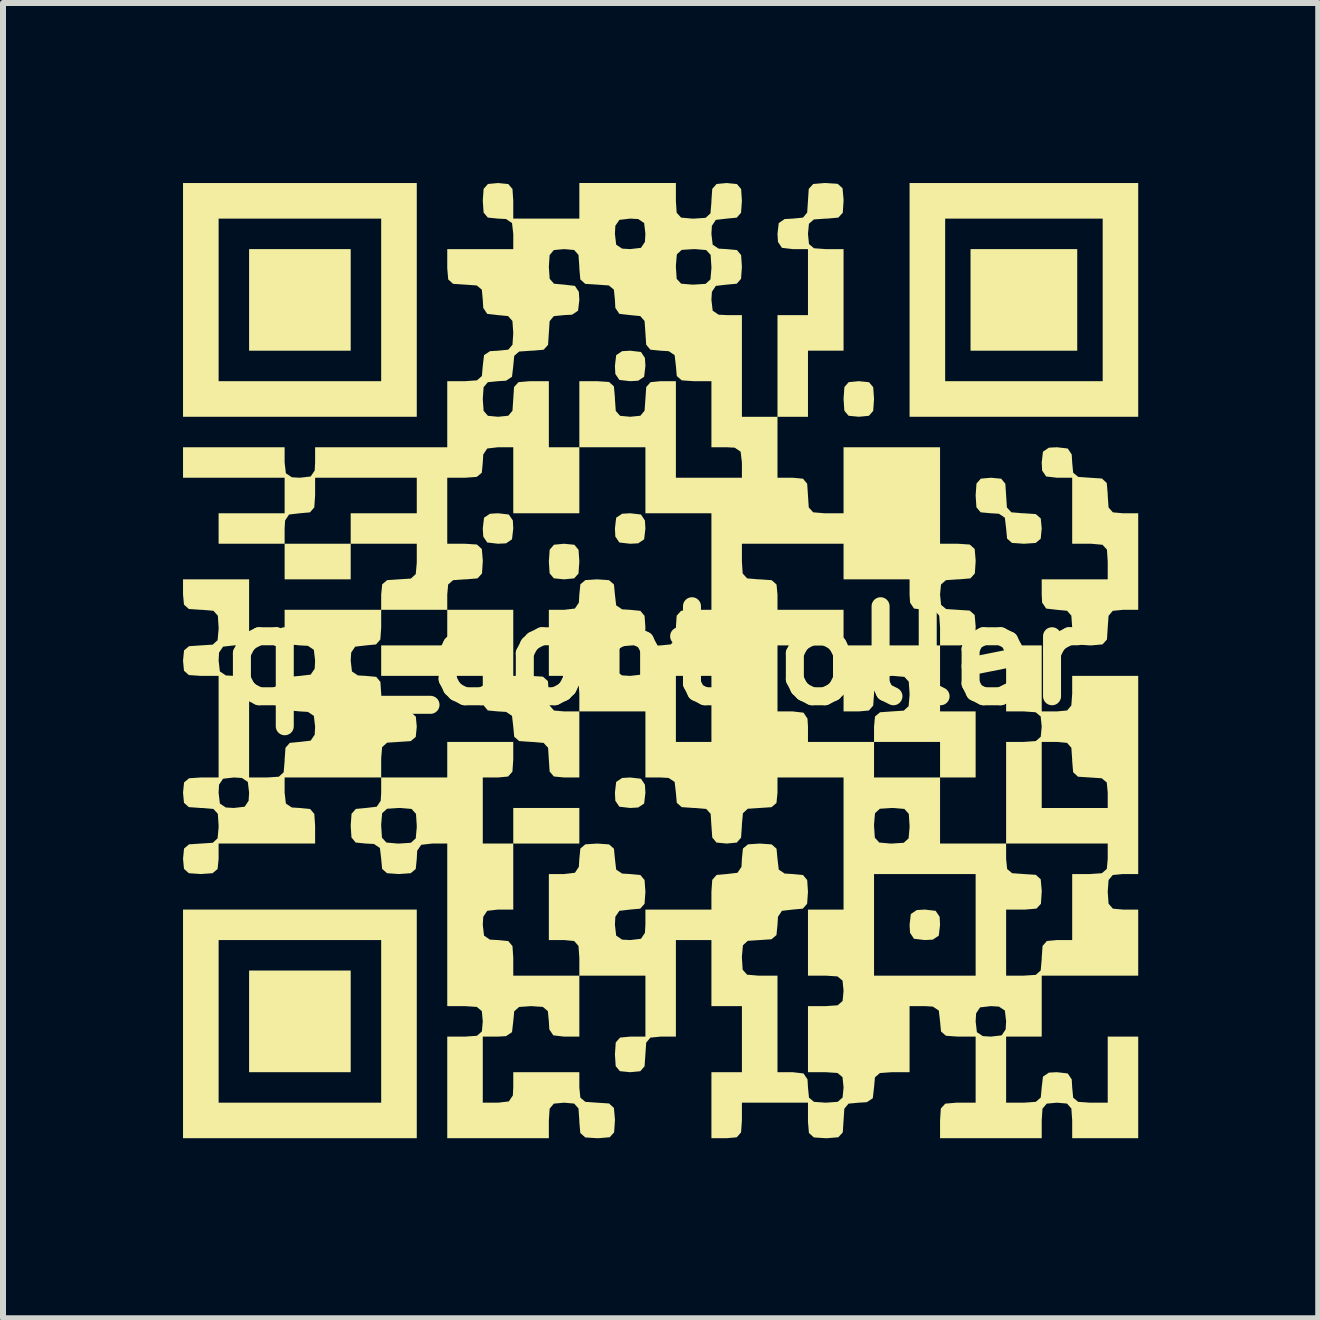
<source format=kicad_pcb>
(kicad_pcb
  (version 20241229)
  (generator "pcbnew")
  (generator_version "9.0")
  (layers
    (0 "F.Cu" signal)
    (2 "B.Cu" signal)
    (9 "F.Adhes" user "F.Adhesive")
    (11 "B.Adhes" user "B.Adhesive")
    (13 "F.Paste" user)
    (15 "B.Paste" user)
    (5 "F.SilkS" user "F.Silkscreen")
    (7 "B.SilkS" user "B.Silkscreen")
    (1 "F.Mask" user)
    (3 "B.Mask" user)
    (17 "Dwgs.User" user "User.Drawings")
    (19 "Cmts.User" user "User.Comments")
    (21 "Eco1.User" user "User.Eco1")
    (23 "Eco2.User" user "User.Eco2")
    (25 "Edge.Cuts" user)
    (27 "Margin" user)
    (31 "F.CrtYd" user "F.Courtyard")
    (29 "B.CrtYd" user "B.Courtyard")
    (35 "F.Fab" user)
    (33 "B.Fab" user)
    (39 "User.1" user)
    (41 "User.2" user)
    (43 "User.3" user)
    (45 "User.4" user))
  (footprint "qr_controller"
    (layer "F.Cu")
    (at 7.874 7.874)
    (property "Reference" "qr_controller" (at 0 0 0) (layer "F.SilkS") (effects (font (size 1.5 1.5) (thickness 0.3))))
    (attr board_only exclude_from_pos_files exclude_from_bom)
    (fp_poly (pts (xy -5.08 -5.927) (xy -5.08 -5.08) (xy -5.927 -5.08) (xy -6.773 -5.08) (xy -6.773 -5.927) (xy -6.773 -6.773) (xy -5.927 -6.773) (xy -5.08 -6.773)) (stroke (width 0) (type solid)) (fill yes) (layer "F.SilkS"))
    (fp_poly (pts (xy -5.08 6.096) (xy -5.08 6.943) (xy -5.927 6.943) (xy -6.773 6.943) (xy -6.773 6.096) (xy -6.773 5.249) (xy -5.927 5.249) (xy -5.08 5.249)) (stroke (width 0) (type solid)) (fill yes) (layer "F.SilkS"))
    (fp_poly (pts (xy -1.27 2.836) (xy -1.27 3.133) (xy -1.82 3.133) (xy -2.371 3.133) (xy -2.371 2.836) (xy -2.371 2.54) (xy -1.82 2.54) (xy -1.27 2.54)) (stroke (width 0) (type solid)) (fill yes) (layer "F.SilkS"))
    (fp_poly (pts (xy 7.027 -5.927) (xy 7.027 -5.08) (xy 6.138 -5.08) (xy 5.249 -5.08) (xy 5.249 -5.927) (xy 5.249 -6.773) (xy 6.138 -6.773) (xy 7.027 -6.773)) (stroke (width 0) (type solid)) (fill yes) (layer "F.SilkS"))
    (fp_poly (pts (xy -2.445 -2.35) (xy -2.378 -2.251) (xy -2.371 -2.117) (xy -2.392 -1.937) (xy -2.491 -1.87) (xy -2.625 -1.863) (xy -2.805 -1.884) (xy -2.871 -1.983) (xy -2.879 -2.117) (xy -2.858 -2.297) (xy -2.759 -2.363) (xy -2.625 -2.371)) (stroke (width 0) (type solid)) (fill yes) (layer "F.SilkS"))
    (fp_poly (pts (xy -1.353 -1.846) (xy -1.283 -1.762) (xy -1.27 -1.566) (xy -1.284 -1.367) (xy -1.356 -1.286) (xy -1.524 -1.27) (xy -1.695 -1.287) (xy -1.765 -1.37) (xy -1.778 -1.566) (xy -1.764 -1.765) (xy -1.692 -1.847) (xy -1.524 -1.863)) (stroke (width 0) (type solid)) (fill yes) (layer "F.SilkS"))
    (fp_poly (pts (xy -0.243 -5.059) (xy -0.177 -4.96) (xy -0.169 -4.826) (xy -0.19 -4.646) (xy -0.289 -4.58) (xy -0.423 -4.572) (xy -0.603 -4.593) (xy -0.67 -4.692) (xy -0.677 -4.826) (xy -0.656 -5.006) (xy -0.557 -5.072) (xy -0.423 -5.08)) (stroke (width 0) (type solid)) (fill yes) (layer "F.SilkS"))
    (fp_poly (pts (xy -0.243 -2.35) (xy -0.177 -2.251) (xy -0.169 -2.117) (xy -0.19 -1.937) (xy -0.289 -1.87) (xy -0.423 -1.863) (xy -0.603 -1.884) (xy -0.67 -1.983) (xy -0.677 -2.117) (xy -0.656 -2.297) (xy -0.557 -2.363) (xy -0.423 -2.371)) (stroke (width 0) (type solid)) (fill yes) (layer "F.SilkS"))
    (fp_poly (pts (xy -0.243 2.053) (xy -0.177 2.152) (xy -0.169 2.286) (xy -0.19 2.466) (xy -0.289 2.532) (xy -0.423 2.54) (xy -0.603 2.519) (xy -0.67 2.42) (xy -0.677 2.286) (xy -0.656 2.106) (xy -0.557 2.04) (xy -0.423 2.032)) (stroke (width 0) (type solid)) (fill yes) (layer "F.SilkS"))
    (fp_poly (pts (xy 3.557 -4.555) (xy 3.627 -4.472) (xy 3.641 -4.276) (xy 3.627 -4.077) (xy 3.555 -3.995) (xy 3.387 -3.979) (xy 3.216 -3.996) (xy 3.146 -4.08) (xy 3.133 -4.276) (xy 3.147 -4.475) (xy 3.219 -4.556) (xy 3.387 -4.572)) (stroke (width 0) (type solid)) (fill yes) (layer "F.SilkS"))
    (fp_poly (pts (xy 4.667 4.254) (xy 4.734 4.353) (xy 4.741 4.487) (xy 4.72 4.667) (xy 4.621 4.734) (xy 4.487 4.741) (xy 4.307 4.72) (xy 4.241 4.621) (xy 4.233 4.487) (xy 4.254 4.307) (xy 4.353 4.241) (xy 4.487 4.233)) (stroke (width 0) (type solid)) (fill yes) (layer "F.SilkS"))
    (fp_poly (pts (xy -3.979 -5.927) (xy -3.979 -3.979) (xy -5.927 -3.979) (xy -7.874 -3.979) (xy -7.874 -5.927) (xy -7.281 -5.927) (xy -7.281 -4.572) (xy -5.927 -4.572) (xy -4.572 -4.572) (xy -4.572 -5.927) (xy -4.572 -7.281) (xy -5.927 -7.281) (xy -7.281 -7.281) (xy -7.281 -5.927) (xy -7.874 -5.927) (xy -7.874 -7.874) (xy -5.927 -7.874) (xy -3.979 -7.874)) (stroke (width 0) (type solid)) (fill yes) (layer "F.SilkS"))
    (fp_poly (pts (xy 8.043 -5.927) (xy 8.043 -3.979) (xy 6.138 -3.979) (xy 4.233 -3.979) (xy 4.233 -5.927) (xy 4.826 -5.927) (xy 4.826 -4.572) (xy 6.138 -4.572) (xy 7.451 -4.572) (xy 7.451 -5.927) (xy 7.451 -7.281) (xy 6.138 -7.281) (xy 4.826 -7.281) (xy 4.826 -5.927) (xy 4.233 -5.927) (xy 4.233 -7.874) (xy 6.138 -7.874) (xy 8.043 -7.874)) (stroke (width 0) (type solid)) (fill yes) (layer "F.SilkS"))
    (fp_poly (pts (xy -3.979 6.138) (xy -3.979 8.043) (xy -5.927 8.043) (xy -7.874 8.043) (xy -7.874 6.138) (xy -7.874 6.096) (xy -7.281 6.096) (xy -7.281 7.451) (xy -5.927 7.451) (xy -4.572 7.451) (xy -4.572 6.096) (xy -4.572 4.741) (xy -5.927 4.741) (xy -7.281 4.741) (xy -7.281 6.096) (xy -7.874 6.096) (xy -7.874 4.233) (xy -5.927 4.233) (xy -3.979 4.233)) (stroke (width 0) (type solid)) (fill yes) (layer "F.SilkS"))
    (fp_poly (pts (xy 5.759 -2.947) (xy 5.829 -2.863) (xy 5.842 -2.667) (xy 5.855 -2.468) (xy 5.929 -2.387) (xy 6.116 -2.371) (xy 6.138 -2.371) (xy 6.337 -2.357) (xy 6.419 -2.285) (xy 6.435 -2.117) (xy 6.418 -1.946) (xy 6.334 -1.876) (xy 6.138 -1.863) (xy 5.939 -1.877) (xy 5.858 -1.949) (xy 5.842 -2.117) (xy 5.821 -2.297) (xy 5.722 -2.363) (xy 5.588 -2.371) (xy 5.417 -2.387) (xy 5.347 -2.471) (xy 5.334 -2.667) (xy 5.348 -2.866) (xy 5.42 -2.948) (xy 5.588 -2.963)) (stroke (width 0) (type solid)) (fill yes) (layer "F.SilkS"))
    (fp_poly (pts (xy -2.371 -0.212) (xy -2.371 0.339) (xy -2.074 0.339) (xy -1.876 0.352) (xy -1.794 0.426) (xy -1.778 0.612) (xy -1.778 0.635) (xy -1.764 0.834) (xy -1.692 0.916) (xy -1.524 0.931) (xy -1.27 0.931) (xy -1.27 1.482) (xy -1.27 2.032) (xy -1.524 2.032) (xy -1.695 2.015) (xy -1.765 1.932) (xy -1.778 1.736) (xy -1.791 1.537) (xy -1.865 1.456) (xy -2.052 1.439) (xy -2.074 1.439) (xy -2.273 1.425) (xy -2.355 1.353) (xy -2.371 1.185) (xy -2.392 1.005) (xy -2.491 0.939) (xy -2.625 0.931) (xy -2.795 0.915) (xy -2.865 0.831) (xy -2.879 0.635) (xy -2.879 0.339) (xy -3.725 0.339) (xy -4.572 0.339) (xy -4.572 0.085) (xy -4.572 -0.169) (xy -4.022 -0.169) (xy -3.471 -0.169) (xy -3.471 -0.466) (xy -3.471 -0.762) (xy -2.921 -0.762) (xy -2.371 -0.762)) (stroke (width 0) (type solid)) (fill yes) (layer "F.SilkS"))
    (fp_poly (pts (xy 6.869 -3.45) (xy 6.935 -3.351) (xy 6.943 -3.217) (xy 6.959 -3.047) (xy 7.043 -2.977) (xy 7.239 -2.963) (xy 7.438 -2.95) (xy 7.519 -2.876) (xy 7.535 -2.69) (xy 7.535 -2.667) (xy 7.549 -2.468) (xy 7.621 -2.386) (xy 7.789 -2.371) (xy 8.043 -2.371) (xy 8.043 -1.566) (xy 8.043 -0.762) (xy 7.789 -0.762) (xy 7.619 -0.745) (xy 7.549 -0.662) (xy 7.535 -0.466) (xy 7.522 -0.267) (xy 7.448 -0.186) (xy 7.262 -0.169) (xy 7.239 -0.169) (xy 7.04 -0.182) (xy 6.959 -0.256) (xy 6.943 -0.443) (xy 6.943 -0.466) (xy 6.929 -0.665) (xy 6.857 -0.746) (xy 6.689 -0.762) (xy 6.509 -0.783) (xy 6.442 -0.882) (xy 6.435 -1.016) (xy 6.435 -1.27) (xy 6.985 -1.27) (xy 7.535 -1.27) (xy 7.535 -1.566) (xy 7.522 -1.765) (xy 7.448 -1.846) (xy 7.262 -1.863) (xy 7.239 -1.863) (xy 6.943 -1.863) (xy 6.943 -2.413) (xy 6.943 -2.963) (xy 6.689 -2.963) (xy 6.509 -2.984) (xy 6.442 -3.083) (xy 6.435 -3.217) (xy 6.456 -3.397) (xy 6.555 -3.464) (xy 6.689 -3.471)) (stroke (width 0) (type solid)) (fill yes) (layer "F.SilkS"))
    (fp_poly (pts (xy 0.339 -7.578) (xy 0.352 -7.379) (xy 0.426 -7.298) (xy 0.612 -7.281) (xy 0.635 -7.281) (xy 0.834 -7.294) (xy 0.915 -7.368) (xy 0.931 -7.555) (xy 0.931 -7.578) (xy 0.945 -7.777) (xy 1.017 -7.858) (xy 1.185 -7.874) (xy 1.356 -7.857) (xy 1.426 -7.774) (xy 1.439 -7.578) (xy 1.425 -7.379) (xy 1.353 -7.297) (xy 1.185 -7.281) (xy 1.005 -7.26) (xy 0.939 -7.161) (xy 0.931 -7.027) (xy 0.952 -6.847) (xy 1.051 -6.781) (xy 1.185 -6.773) (xy 1.356 -6.757) (xy 1.426 -6.673) (xy 1.439 -6.477) (xy 1.425 -6.278) (xy 1.353 -6.196) (xy 1.185 -6.181) (xy 1.005 -6.16) (xy 0.939 -6.061) (xy 0.931 -5.927) (xy 0.952 -5.747) (xy 1.051 -5.68) (xy 1.185 -5.673) (xy 1.439 -5.673) (xy 1.439 -4.826) (xy 1.439 -3.979) (xy 1.736 -3.979) (xy 2.032 -3.979) (xy 2.032 -4.826) (xy 2.032 -5.673) (xy 2.286 -5.673) (xy 2.54 -5.673) (xy 2.54 -6.223) (xy 2.54 -6.773) (xy 2.286 -6.773) (xy 2.106 -6.794) (xy 2.04 -6.893) (xy 2.032 -7.027) (xy 2.053 -7.207) (xy 2.152 -7.274) (xy 2.286 -7.281) (xy 2.457 -7.298) (xy 2.527 -7.382) (xy 2.54 -7.578) (xy 2.553 -7.776) (xy 2.627 -7.858) (xy 2.814 -7.874) (xy 2.836 -7.874) (xy 3.035 -7.861) (xy 3.116 -7.787) (xy 3.133 -7.6) (xy 3.133 -7.578) (xy 3.12 -7.379) (xy 3.046 -7.298) (xy 2.859 -7.281) (xy 2.836 -7.281) (xy 2.637 -7.267) (xy 2.556 -7.195) (xy 2.54 -7.027) (xy 2.557 -6.857) (xy 2.64 -6.787) (xy 2.836 -6.773) (xy 3.133 -6.773) (xy 3.133 -5.927) (xy 3.133 -5.08) (xy 2.836 -5.08) (xy 2.54 -5.08) (xy 2.54 -4.53) (xy 2.54 -3.979) (xy 2.286 -3.979) (xy 2.032 -3.979) (xy 2.032 -3.471) (xy 2.032 -2.963) (xy 2.286 -2.963) (xy 2.457 -2.947) (xy 2.527 -2.863) (xy 2.54 -2.667) (xy 2.553 -2.468) (xy 2.627 -2.387) (xy 2.814 -2.371) (xy 2.836 -2.371) (xy 3.133 -2.371) (xy 3.133 -2.921) (xy 3.133 -3.471) (xy 3.937 -3.471) (xy 4.741 -3.471) (xy 4.741 -2.667) (xy 4.741 -1.863) (xy 5.038 -1.863) (xy 5.236 -1.85) (xy 5.318 -1.776) (xy 5.334 -1.589) (xy 5.334 -1.566) (xy 5.321 -1.368) (xy 5.247 -1.286) (xy 5.06 -1.27) (xy 5.038 -1.27) (xy 4.839 -1.256) (xy 4.757 -1.184) (xy 4.741 -1.016) (xy 4.758 -0.845) (xy 4.842 -0.775) (xy 5.038 -0.762) (xy 5.236 -0.749) (xy 5.318 -0.675) (xy 5.334 -0.488) (xy 5.334 -0.466) (xy 5.321 -0.267) (xy 5.247 -0.186) (xy 5.06 -0.169) (xy 5.038 -0.169) (xy 4.741 -0.169) (xy 4.741 0.381) (xy 4.741 0.931) (xy 5.038 0.931) (xy 5.334 0.931) (xy 5.334 1.482) (xy 5.334 2.032) (xy 5.038 2.032) (xy 4.741 2.032) (xy 4.741 2.582) (xy 4.741 3.133) (xy 5.292 3.133) (xy 5.842 3.133) (xy 5.842 2.286) (xy 5.842 1.99) (xy 6.435 1.99) (xy 6.435 2.54) (xy 6.985 2.54) (xy 7.535 2.54) (xy 7.535 2.286) (xy 7.519 2.115) (xy 7.435 2.045) (xy 7.239 2.032) (xy 7.04 2.019) (xy 6.959 1.945) (xy 6.943 1.758) (xy 6.943 1.736) (xy 6.929 1.537) (xy 6.857 1.455) (xy 6.689 1.439) (xy 6.435 1.439) (xy 6.435 1.99) (xy 5.842 1.99) (xy 5.842 1.439) (xy 6.138 1.439) (xy 6.337 1.425) (xy 6.419 1.353) (xy 6.435 1.185) (xy 6.418 1.015) (xy 6.334 0.945) (xy 6.138 0.931) (xy 5.842 0.931) (xy 5.842 0.381) (xy 5.842 -0.169) (xy 6.138 -0.169) (xy 6.435 -0.169) (xy 6.435 0.381) (xy 6.435 0.931) (xy 6.689 0.931) (xy 6.859 0.915) (xy 6.929 0.831) (xy 6.943 0.635) (xy 6.943 0.339) (xy 7.493 0.339) (xy 8.043 0.339) (xy 8.043 1.99) (xy 8.043 3.641) (xy 7.789 3.641) (xy 7.619 3.657) (xy 7.549 3.741) (xy 7.535 3.937) (xy 7.549 4.136) (xy 7.621 4.218) (xy 7.789 4.233) (xy 8.043 4.233) (xy 8.043 4.784) (xy 8.043 5.334) (xy 7.239 5.334) (xy 6.435 5.334) (xy 6.435 5.842) (xy 6.435 6.35) (xy 6.138 6.35) (xy 5.842 6.35) (xy 5.842 6.9) (xy 5.842 7.451) (xy 6.138 7.451) (xy 6.337 7.437) (xy 6.419 7.365) (xy 6.435 7.197) (xy 6.456 7.017) (xy 6.555 6.95) (xy 6.689 6.943) (xy 6.869 6.964) (xy 6.935 7.063) (xy 6.943 7.197) (xy 6.959 7.367) (xy 7.043 7.437) (xy 7.239 7.451) (xy 7.535 7.451) (xy 7.535 6.9) (xy 7.535 6.35) (xy 7.789 6.35) (xy 8.043 6.35) (xy 8.043 7.197) (xy 8.043 8.043) (xy 7.493 8.043) (xy 6.943 8.043) (xy 6.943 7.747) (xy 6.929 7.548) (xy 6.857 7.466) (xy 6.689 7.451) (xy 6.518 7.467) (xy 6.448 7.551) (xy 6.435 7.747) (xy 6.435 8.043) (xy 5.588 8.043) (xy 4.741 8.043) (xy 4.741 7.747) (xy 4.754 7.548) (xy 4.828 7.467) (xy 5.015 7.451) (xy 5.038 7.451) (xy 5.334 7.451) (xy 5.334 6.9) (xy 5.334 6.35) (xy 5.038 6.35) (xy 4.839 6.336) (xy 4.757 6.264) (xy 4.741 6.096) (xy 5.334 6.096) (xy 5.355 6.276) (xy 5.454 6.342) (xy 5.588 6.35) (xy 5.768 6.329) (xy 5.834 6.23) (xy 5.842 6.096) (xy 5.821 5.916) (xy 5.722 5.85) (xy 5.588 5.842) (xy 5.408 5.863) (xy 5.342 5.962) (xy 5.334 6.096) (xy 4.741 6.096) (xy 4.72 5.916) (xy 4.621 5.85) (xy 4.487 5.842) (xy 4.233 5.842) (xy 4.233 6.392) (xy 4.233 6.943) (xy 3.937 6.943) (xy 3.738 6.957) (xy 3.656 7.029) (xy 3.641 7.197) (xy 3.62 7.377) (xy 3.521 7.443) (xy 3.387 7.451) (xy 3.216 7.467) (xy 3.146 7.551) (xy 3.133 7.747) (xy 3.12 7.946) (xy 3.046 8.027) (xy 2.859 8.043) (xy 2.836 8.043) (xy 2.638 8.03) (xy 2.556 7.956) (xy 2.54 7.77) (xy 2.54 7.747) (xy 2.54 7.451) (xy 1.99 7.451) (xy 1.439 7.451) (xy 1.439 7.747) (xy 1.425 7.946) (xy 1.353 8.028) (xy 1.185 8.043) (xy 0.931 8.043) (xy 0.931 7.493) (xy 0.931 6.943) (xy 1.185 6.943) (xy 1.439 6.943) (xy 1.439 6.392) (xy 1.439 5.842) (xy 1.185 5.842) (xy 0.931 5.842) (xy 0.931 5.292) (xy 0.931 4.741) (xy 0.635 4.741) (xy 0.339 4.741) (xy 0.339 5.546) (xy 0.339 6.35) (xy 0.085 6.35) (xy -0.086 6.367) (xy -0.156 6.45) (xy -0.169 6.646) (xy -0.183 6.845) (xy -0.255 6.927) (xy -0.423 6.943) (xy -0.594 6.926) (xy -0.664 6.842) (xy -0.677 6.646) (xy -0.663 6.447) (xy -0.591 6.366) (xy -0.423 6.35) (xy -0.169 6.35) (xy -0.169 5.842) (xy -0.169 5.334) (xy -0.72 5.334) (xy -1.27 5.334) (xy -1.27 5.842) (xy -1.27 6.35) (xy -1.524 6.35) (xy -1.704 6.329) (xy -1.77 6.23) (xy -1.778 6.096) (xy -1.795 5.925) (xy -1.878 5.855) (xy -2.074 5.842) (xy -2.273 5.856) (xy -2.355 5.928) (xy -2.371 6.096) (xy -2.392 6.276) (xy -2.491 6.342) (xy -2.625 6.35) (xy -2.879 6.35) (xy -2.879 6.9) (xy -2.879 7.451) (xy -2.625 7.451) (xy -2.445 7.43) (xy -2.378 7.331) (xy -2.371 7.197) (xy -2.371 6.943) (xy -1.82 6.943) (xy -1.27 6.943) (xy -1.27 7.197) (xy -1.253 7.367) (xy -1.17 7.437) (xy -0.974 7.451) (xy -0.775 7.464) (xy -0.694 7.538) (xy -0.677 7.724) (xy -0.677 7.747) (xy -0.69 7.946) (xy -0.764 8.027) (xy -0.951 8.043) (xy -0.974 8.043) (xy -1.172 8.03) (xy -1.254 7.956) (xy -1.27 7.77) (xy -1.27 7.747) (xy -1.284 7.548) (xy -1.356 7.466) (xy -1.524 7.451) (xy -1.695 7.467) (xy -1.765 7.551) (xy -1.778 7.747) (xy -1.778 8.043) (xy -2.625 8.043) (xy -3.471 8.043) (xy -3.471 7.197) (xy -3.471 6.35) (xy -3.175 6.35) (xy -2.976 6.336) (xy -2.894 6.264) (xy -2.879 6.096) (xy -2.895 5.925) (xy -2.979 5.855) (xy -3.175 5.842) (xy -3.471 5.842) (xy -3.471 4.487) (xy -3.471 3.133) (xy -3.725 3.133) (xy -3.905 3.154) (xy -3.972 3.253) (xy -3.979 3.387) (xy -3.996 3.557) (xy -4.08 3.627) (xy -4.276 3.641) (xy -4.475 3.627) (xy -4.556 3.555) (xy -4.572 3.387) (xy -4.593 3.207) (xy -4.692 3.14) (xy -4.826 3.133) (xy -4.997 3.116) (xy -5.067 3.032) (xy -5.08 2.836) (xy -4.572 2.836) (xy -4.559 3.035) (xy -4.485 3.116) (xy -4.298 3.133) (xy -4.276 3.133) (xy -4.077 3.12) (xy -3.996 3.046) (xy -3.979 2.859) (xy -3.979 2.836) (xy -3.992 2.638) (xy -4.066 2.556) (xy -4.253 2.54) (xy -4.276 2.54) (xy -4.474 2.553) (xy -4.556 2.627) (xy -4.572 2.814) (xy -4.572 2.836) (xy -5.08 2.836) (xy -5.066 2.637) (xy -4.994 2.556) (xy -4.826 2.54) (xy -4.646 2.519) (xy -4.58 2.42) (xy -4.572 2.286) (xy -4.572 2.032) (xy -5.376 2.032) (xy -6.181 2.032) (xy -6.181 2.286) (xy -6.16 2.466) (xy -6.061 2.532) (xy -5.927 2.54) (xy -5.756 2.557) (xy -5.686 2.64) (xy -5.673 2.836) (xy -5.673 3.133) (xy -6.477 3.133) (xy -7.281 3.133) (xy -7.281 3.387) (xy -7.298 3.557) (xy -7.382 3.627) (xy -7.578 3.641) (xy -7.777 3.627) (xy -7.858 3.555) (xy -7.874 3.387) (xy -7.857 3.216) (xy -7.774 3.146) (xy -7.578 3.133) (xy -7.379 3.12) (xy -7.298 3.046) (xy -7.281 2.859) (xy -7.281 2.836) (xy -7.294 2.638) (xy -7.368 2.556) (xy -7.555 2.54) (xy -7.578 2.54) (xy -7.777 2.526) (xy -7.858 2.454) (xy -7.874 2.286) (xy -7.281 2.286) (xy -7.26 2.466) (xy -7.161 2.532) (xy -7.027 2.54) (xy -6.847 2.519) (xy -6.781 2.42) (xy -6.773 2.286) (xy -6.794 2.106) (xy -6.893 2.04) (xy -7.027 2.032) (xy -7.207 2.053) (xy -7.274 2.152) (xy -7.281 2.286) (xy -7.874 2.286) (xy -7.857 2.115) (xy -7.774 2.045) (xy -7.578 2.032) (xy -7.281 2.032) (xy -7.281 1.185) (xy -7.281 0.339) (xy -7.578 0.339) (xy -7.777 0.325) (xy -7.858 0.253) (xy -7.874 0.085) (xy -7.857 -0.086) (xy -7.774 -0.156) (xy -7.578 -0.169) (xy -7.379 -0.182) (xy -7.298 -0.256) (xy -7.281 -0.443) (xy -7.281 -0.466) (xy -7.294 -0.664) (xy -7.368 -0.746) (xy -7.555 -0.762) (xy -7.578 -0.762) (xy -7.777 -0.776) (xy -7.858 -0.848) (xy -7.874 -1.016) (xy -7.874 -1.27) (xy -7.324 -1.27) (xy -6.773 -1.27) (xy -6.773 -0.72) (xy -6.773 -0.169) (xy -7.027 -0.169) (xy -7.207 -0.148) (xy -7.274 -0.049) (xy -7.281 0.085) (xy -7.26 0.265) (xy -7.161 0.331) (xy -7.027 0.339) (xy -6.773 0.339) (xy -6.773 1.185) (xy -6.773 2.032) (xy -6.477 2.032) (xy -6.278 2.019) (xy -6.197 1.945) (xy -6.181 1.758) (xy -6.181 1.736) (xy -6.167 1.537) (xy -6.095 1.455) (xy -5.927 1.439) (xy -5.747 1.418) (xy -5.68 1.319) (xy -5.673 1.185) (xy -5.694 1.005) (xy -5.793 0.939) (xy -5.927 0.931) (xy -6.097 0.915) (xy -6.167 0.831) (xy -6.181 0.635) (xy -6.167 0.436) (xy -6.095 0.354) (xy -5.927 0.339) (xy -5.747 0.318) (xy -5.68 0.219) (xy -5.673 0.085) (xy -5.08 0.085) (xy -5.059 0.265) (xy -4.96 0.331) (xy -4.826 0.339) (xy -4.655 0.355) (xy -4.585 0.439) (xy -4.572 0.635) (xy -4.559 0.834) (xy -4.485 0.915) (xy -4.298 0.931) (xy -4.276 0.931) (xy -4.077 0.945) (xy -3.995 1.017) (xy -3.979 1.185) (xy -3.996 1.356) (xy -4.08 1.426) (xy -4.276 1.439) (xy -4.474 1.452) (xy -4.556 1.526) (xy -4.572 1.713) (xy -4.572 1.736) (xy -4.572 2.032) (xy -4.022 2.032) (xy -3.471 2.032) (xy -3.471 1.736) (xy -3.471 1.439) (xy -2.921 1.439) (xy -2.371 1.439) (xy -2.371 1.736) (xy -2.385 1.935) (xy -2.457 2.016) (xy -2.625 2.032) (xy -2.879 2.032) (xy -2.879 2.582) (xy -2.879 3.133) (xy -2.625 3.133) (xy -2.371 3.133) (xy -2.371 3.683) (xy -2.371 4.233) (xy -2.625 4.233) (xy -2.805 4.254) (xy -2.871 4.353) (xy -2.879 4.487) (xy -2.858 4.667) (xy -2.759 4.734) (xy -2.625 4.741) (xy -2.454 4.758) (xy -2.384 4.842) (xy -2.371 5.038) (xy -2.371 5.334) (xy -1.82 5.334) (xy -1.27 5.334) (xy -1.27 5.038) (xy -1.284 4.839) (xy -1.356 4.757) (xy -1.524 4.741) (xy -1.778 4.741) (xy -1.778 4.191) (xy -1.778 3.641) (xy -1.524 3.641) (xy -1.344 3.62) (xy -1.278 3.521) (xy -1.27 3.387) (xy -1.253 3.216) (xy -1.17 3.146) (xy -0.974 3.133) (xy -0.775 3.147) (xy -0.693 3.219) (xy -0.677 3.387) (xy -0.656 3.567) (xy -0.557 3.633) (xy -0.423 3.641) (xy -0.253 3.657) (xy -0.183 3.741) (xy -0.169 3.937) (xy -0.183 4.136) (xy -0.255 4.218) (xy -0.423 4.233) (xy -0.603 4.254) (xy -0.67 4.353) (xy -0.677 4.487) (xy -0.656 4.667) (xy -0.557 4.734) (xy -0.423 4.741) (xy -0.243 4.72) (xy -0.177 4.621) (xy -0.169 4.487) (xy -0.169 4.233) (xy 0.381 4.233) (xy 0.931 4.233) (xy 0.931 3.937) (xy 0.945 3.738) (xy 1.017 3.656) (xy 1.185 3.641) (xy 1.365 3.62) (xy 1.432 3.521) (xy 1.439 3.387) (xy 1.456 3.216) (xy 1.54 3.146) (xy 1.736 3.133) (xy 1.935 3.147) (xy 2.016 3.219) (xy 2.032 3.387) (xy 2.053 3.567) (xy 2.152 3.633) (xy 2.286 3.641) (xy 2.457 3.657) (xy 2.527 3.741) (xy 2.54 3.937) (xy 2.526 4.136) (xy 2.454 4.218) (xy 2.286 4.233) (xy 2.106 4.254) (xy 2.04 4.353) (xy 2.032 4.487) (xy 2.015 4.658) (xy 1.932 4.728) (xy 1.736 4.741) (xy 1.537 4.754) (xy 1.456 4.828) (xy 1.439 5.015) (xy 1.439 5.038) (xy 1.452 5.236) (xy 1.526 5.318) (xy 1.713 5.334) (xy 1.736 5.334) (xy 2.032 5.334) (xy 2.032 6.138) (xy 2.032 6.943) (xy 2.286 6.943) (xy 2.466 6.964) (xy 2.532 7.063) (xy 2.54 7.197) (xy 2.557 7.367) (xy 2.64 7.437) (xy 2.836 7.451) (xy 3.035 7.437) (xy 3.117 7.365) (xy 3.133 7.197) (xy 3.116 7.026) (xy 3.032 6.956) (xy 2.836 6.943) (xy 2.54 6.943) (xy 2.54 6.392) (xy 2.54 5.842) (xy 2.836 5.842) (xy 3.035 5.828) (xy 3.117 5.756) (xy 3.133 5.588) (xy 3.116 5.417) (xy 3.032 5.347) (xy 2.836 5.334) (xy 2.54 5.334) (xy 2.54 4.784) (xy 2.54 4.487) (xy 3.641 4.487) (xy 3.641 5.334) (xy 4.487 5.334) (xy 5.334 5.334) (xy 5.334 4.487) (xy 5.334 3.641) (xy 4.487 3.641) (xy 3.641 3.641) (xy 3.641 4.487) (xy 2.54 4.487) (xy 2.54 4.233) (xy 2.836 4.233) (xy 3.133 4.233) (xy 3.133 3.387) (xy 5.842 3.387) (xy 5.859 3.557) (xy 5.942 3.627) (xy 6.138 3.641) (xy 6.337 3.654) (xy 6.418 3.728) (xy 6.435 3.914) (xy 6.435 3.937) (xy 6.422 4.136) (xy 6.348 4.217) (xy 6.161 4.233) (xy 6.138 4.233) (xy 5.842 4.233) (xy 5.842 4.784) (xy 5.842 5.334) (xy 6.138 5.334) (xy 6.337 5.321) (xy 6.418 5.247) (xy 6.435 5.06) (xy 6.435 5.038) (xy 6.449 4.839) (xy 6.521 4.757) (xy 6.689 4.741) (xy 6.943 4.741) (xy 6.943 4.191) (xy 6.943 3.641) (xy 7.239 3.641) (xy 7.438 3.627) (xy 7.52 3.555) (xy 7.535 3.387) (xy 7.535 3.133) (xy 6.689 3.133) (xy 5.842 3.133) (xy 5.842 3.387) (xy 3.133 3.387) (xy 3.133 3.133) (xy 3.133 2.836) (xy 3.641 2.836) (xy 3.654 3.035) (xy 3.728 3.116) (xy 3.914 3.133) (xy 3.937 3.133) (xy 4.136 3.12) (xy 4.217 3.046) (xy 4.233 2.859) (xy 4.233 2.836) (xy 4.22 2.638) (xy 4.146 2.556) (xy 3.96 2.54) (xy 3.937 2.54) (xy 3.738 2.553) (xy 3.657 2.627) (xy 3.641 2.814) (xy 3.641 2.836) (xy 3.133 2.836) (xy 3.133 2.032) (xy 2.582 2.032) (xy 2.032 2.032) (xy 2.032 2.286) (xy 2.015 2.457) (xy 1.932 2.527) (xy 1.736 2.54) (xy 1.537 2.553) (xy 1.456 2.627) (xy 1.439 2.814) (xy 1.439 2.836) (xy 1.425 3.035) (xy 1.353 3.117) (xy 1.185 3.133) (xy 1.015 3.116) (xy 0.945 3.032) (xy 0.931 2.836) (xy 0.918 2.638) (xy 0.844 2.556) (xy 0.658 2.54) (xy 0.635 2.54) (xy 0.436 2.526) (xy 0.354 2.454) (xy 0.339 2.286) (xy 0.318 2.106) (xy 0.219 2.04) (xy 0.085 2.032) (xy -0.169 2.032) (xy -0.169 1.736) (xy 3.641 1.736) (xy 3.641 2.032) (xy 4.191 2.032) (xy 4.741 2.032) (xy 4.741 1.736) (xy 4.741 1.439) (xy 4.191 1.439) (xy 3.641 1.439) (xy 3.641 1.736) (xy -0.169 1.736) (xy -0.169 1.482) (xy -0.169 0.931) (xy -0.72 0.931) (xy -1.27 0.931) (xy -1.27 0.889) (xy 0.339 0.889) (xy 0.339 1.439) (xy 0.635 1.439) (xy 0.931 1.439) (xy 0.931 0.889) (xy 0.931 0.339) (xy 0.635 0.339) (xy 0.339 0.339) (xy 0.339 0.889) (xy -1.27 0.889) (xy -1.27 0.635) (xy -1.284 0.436) (xy -1.356 0.354) (xy -1.524 0.339) (xy -1.778 0.339) (xy -1.778 -0.212) (xy -1.778 -0.762) (xy -1.524 -0.762) (xy -1.344 -0.783) (xy -1.278 -0.882) (xy -1.27 -1.016) (xy -1.253 -1.187) (xy -1.17 -1.257) (xy -0.974 -1.27) (xy -0.775 -1.256) (xy -0.693 -1.184) (xy -0.677 -1.016) (xy -0.656 -0.836) (xy -0.557 -0.77) (xy -0.423 -0.762) (xy -0.253 -0.745) (xy -0.183 -0.662) (xy -0.169 -0.466) (xy -0.183 -0.267) (xy -0.255 -0.185) (xy -0.423 -0.169) (xy -0.603 -0.148) (xy -0.67 -0.049) (xy -0.677 0.085) (xy -0.656 0.265) (xy -0.557 0.331) (xy -0.423 0.339) (xy -0.243 0.318) (xy -0.177 0.219) (xy -0.169 0.085) (xy -0.148 -0.095) (xy -0.049 -0.162) (xy 0.085 -0.169) (xy 0.255 -0.186) (xy 0.325 -0.27) (xy 0.339 -0.466) (xy 0.352 -0.664) (xy 0.426 -0.746) (xy 0.612 -0.762) (xy 0.635 -0.762) (xy 0.931 -0.762) (xy 0.931 -1.566) (xy 1.439 -1.566) (xy 1.452 -1.368) (xy 1.526 -1.286) (xy 1.713 -1.27) (xy 1.736 -1.27) (xy 1.935 -1.256) (xy 2.016 -1.184) (xy 2.032 -1.016) (xy 2.032 -0.762) (xy 2.582 -0.762) (xy 3.133 -0.762) (xy 3.133 -0.466) (xy 3.133 -0.169) (xy 2.582 -0.169) (xy 2.032 -0.169) (xy 2.032 0.381) (xy 2.032 0.931) (xy 2.286 0.931) (xy 2.466 0.952) (xy 2.532 1.051) (xy 2.54 1.185) (xy 2.54 1.439) (xy 3.09 1.439) (xy 3.641 1.439) (xy 3.641 1.185) (xy 3.657 1.015) (xy 3.741 0.945) (xy 3.937 0.931) (xy 4.136 0.918) (xy 4.217 0.844) (xy 4.233 0.658) (xy 4.233 0.635) (xy 4.22 0.436) (xy 4.146 0.355) (xy 3.96 0.339) (xy 3.937 0.339) (xy 3.738 0.352) (xy 3.657 0.426) (xy 3.641 0.612) (xy 3.641 0.635) (xy 3.627 0.834) (xy 3.555 0.916) (xy 3.387 0.931) (xy 3.133 0.931) (xy 3.133 0.381) (xy 3.133 -0.169) (xy 3.937 -0.169) (xy 4.741 -0.169) (xy 4.741 -0.466) (xy 4.727 -0.665) (xy 4.655 -0.746) (xy 4.487 -0.762) (xy 4.307 -0.783) (xy 4.241 -0.882) (xy 4.233 -1.016) (xy 4.233 -1.27) (xy 3.683 -1.27) (xy 3.133 -1.27) (xy 3.133 -1.566) (xy 3.133 -1.863) (xy 2.286 -1.863) (xy 1.439 -1.863) (xy 1.439 -1.566) (xy 0.931 -1.566) (xy 0.931 -2.371) (xy 0.381 -2.371) (xy -0.169 -2.371) (xy -0.169 -2.921) (xy -0.169 -3.471) (xy -0.72 -3.471) (xy -1.27 -3.471) (xy -1.27 -2.921) (xy -1.27 -2.371) (xy -1.82 -2.371) (xy -2.371 -2.371) (xy -2.371 -2.921) (xy -2.371 -3.471) (xy -2.625 -3.471) (xy -2.805 -3.45) (xy -2.871 -3.351) (xy -2.879 -3.217) (xy -2.895 -3.047) (xy -2.979 -2.977) (xy -3.175 -2.963) (xy -3.471 -2.963) (xy -3.471 -2.413) (xy -3.471 -1.863) (xy -3.175 -1.863) (xy -2.976 -1.85) (xy -2.895 -1.776) (xy -2.879 -1.589) (xy -2.879 -1.566) (xy -2.892 -1.368) (xy -2.966 -1.286) (xy -3.152 -1.27) (xy -3.175 -1.27) (xy -3.374 -1.256) (xy -3.456 -1.184) (xy -3.471 -1.016) (xy -3.471 -0.762) (xy -4.022 -0.762) (xy -4.572 -0.762) (xy -4.572 -0.466) (xy -4.586 -0.267) (xy -4.658 -0.185) (xy -4.826 -0.169) (xy -5.006 -0.148) (xy -5.072 -0.049) (xy -5.08 0.085) (xy -5.673 0.085) (xy -5.694 -0.095) (xy -5.793 -0.162) (xy -5.927 -0.169) (xy -6.097 -0.186) (xy -6.167 -0.27) (xy -6.181 -0.466) (xy -6.181 -0.762) (xy -5.376 -0.762) (xy -4.572 -0.762) (xy -4.572 -1.016) (xy -4.555 -1.187) (xy -4.472 -1.257) (xy -4.276 -1.27) (xy -4.077 -1.283) (xy -3.996 -1.357) (xy -3.979 -1.544) (xy -3.979 -1.566) (xy -3.979 -1.863) (xy -4.53 -1.863) (xy -5.08 -1.863) (xy -5.08 -1.566) (xy -5.08 -1.27) (xy -5.63 -1.27) (xy -6.181 -1.27) (xy -6.181 -1.566) (xy -6.181 -1.863) (xy -6.731 -1.863) (xy -7.281 -1.863) (xy -7.281 -2.117) (xy -6.181 -2.117) (xy -6.181 -1.863) (xy -5.63 -1.863) (xy -5.08 -1.863) (xy -5.08 -2.117) (xy -5.08 -2.371) (xy -4.53 -2.371) (xy -3.979 -2.371) (xy -3.979 -2.667) (xy -3.979 -2.963) (xy -4.826 -2.963) (xy -5.673 -2.963) (xy -5.673 -2.667) (xy -5.687 -2.468) (xy -5.759 -2.386) (xy -5.927 -2.371) (xy -6.107 -2.35) (xy -6.173 -2.251) (xy -6.181 -2.117) (xy -7.281 -2.117) (xy -7.281 -2.371) (xy -6.731 -2.371) (xy -6.181 -2.371) (xy -6.181 -2.667) (xy -6.181 -2.963) (xy -7.027 -2.963) (xy -7.874 -2.963) (xy -7.874 -3.217) (xy -7.874 -3.471) (xy -7.027 -3.471) (xy -6.181 -3.471) (xy -6.181 -3.217) (xy -6.16 -3.037) (xy -6.061 -2.971) (xy -5.927 -2.963) (xy -5.747 -2.984) (xy -5.68 -3.083) (xy -5.673 -3.217) (xy -5.673 -3.471) (xy -4.572 -3.471) (xy -3.471 -3.471) (xy -3.471 -4.022) (xy -3.471 -4.276) (xy -2.879 -4.276) (xy -2.865 -4.077) (xy -2.793 -3.995) (xy -2.625 -3.979) (xy -2.454 -3.996) (xy -2.384 -4.08) (xy -2.371 -4.276) (xy -2.358 -4.474) (xy -2.284 -4.556) (xy -2.097 -4.572) (xy -2.074 -4.572) (xy -1.778 -4.572) (xy -1.778 -4.022) (xy -1.778 -3.471) (xy -1.524 -3.471) (xy -1.27 -3.471) (xy -1.27 -4.022) (xy -1.27 -4.572) (xy -0.974 -4.572) (xy -0.775 -4.559) (xy -0.694 -4.485) (xy -0.677 -4.298) (xy -0.677 -4.276) (xy -0.663 -4.077) (xy -0.591 -3.995) (xy -0.423 -3.979) (xy -0.253 -3.996) (xy -0.183 -4.08) (xy -0.169 -4.276) (xy -0.155 -4.475) (xy -0.083 -4.556) (xy 0.085 -4.572) (xy 0.339 -4.572) (xy 0.339 -3.768) (xy 0.339 -2.963) (xy 0.889 -2.963) (xy 1.439 -2.963) (xy 1.439 -3.217) (xy 1.418 -3.397) (xy 1.319 -3.464) (xy 1.185 -3.471) (xy 0.931 -3.471) (xy 0.931 -4.022) (xy 0.931 -4.572) (xy 0.635 -4.572) (xy 0.436 -4.586) (xy 0.354 -4.658) (xy 0.339 -4.826) (xy 0.318 -5.006) (xy 0.219 -5.072) (xy 0.085 -5.08) (xy -0.086 -5.097) (xy -0.156 -5.18) (xy -0.169 -5.376) (xy -0.183 -5.575) (xy -0.255 -5.657) (xy -0.423 -5.673) (xy -0.603 -5.694) (xy -0.67 -5.793) (xy -0.677 -5.927) (xy -0.694 -6.097) (xy -0.778 -6.167) (xy -0.974 -6.181) (xy -1.172 -6.194) (xy -1.254 -6.268) (xy -1.27 -6.454) (xy -1.27 -6.477) (xy 0.339 -6.477) (xy 0.352 -6.278) (xy 0.426 -6.197) (xy 0.612 -6.181) (xy 0.635 -6.181) (xy 0.834 -6.194) (xy 0.915 -6.268) (xy 0.931 -6.454) (xy 0.931 -6.477) (xy 0.918 -6.676) (xy 0.844 -6.757) (xy 0.658 -6.773) (xy 0.635 -6.773) (xy 0.436 -6.76) (xy 0.355 -6.686) (xy 0.339 -6.5) (xy 0.339 -6.477) (xy -1.27 -6.477) (xy -1.284 -6.676) (xy -1.356 -6.758) (xy -1.524 -6.773) (xy -1.695 -6.757) (xy -1.765 -6.673) (xy -1.778 -6.477) (xy -1.764 -6.278) (xy -1.692 -6.196) (xy -1.524 -6.181) (xy -1.344 -6.16) (xy -1.278 -6.061) (xy -1.27 -5.927) (xy -1.291 -5.747) (xy -1.39 -5.68) (xy -1.524 -5.673) (xy -1.695 -5.656) (xy -1.765 -5.572) (xy -1.778 -5.376) (xy -1.791 -5.178) (xy -1.865 -5.096) (xy -2.052 -5.08) (xy -2.074 -5.08) (xy -2.273 -5.066) (xy -2.355 -4.994) (xy -2.371 -4.826) (xy -2.392 -4.646) (xy -2.491 -4.58) (xy -2.625 -4.572) (xy -2.795 -4.555) (xy -2.865 -4.472) (xy -2.879 -4.276) (xy -3.471 -4.276) (xy -3.471 -4.572) (xy -3.175 -4.572) (xy -2.976 -4.586) (xy -2.894 -4.658) (xy -2.879 -4.826) (xy -2.858 -5.006) (xy -2.759 -5.072) (xy -2.625 -5.08) (xy -2.454 -5.097) (xy -2.384 -5.18) (xy -2.371 -5.376) (xy -2.385 -5.575) (xy -2.457 -5.657) (xy -2.625 -5.673) (xy -2.805 -5.694) (xy -2.871 -5.793) (xy -2.879 -5.927) (xy -2.895 -6.097) (xy -2.979 -6.167) (xy -3.175 -6.181) (xy -3.374 -6.194) (xy -3.455 -6.268) (xy -3.471 -6.454) (xy -3.471 -6.477) (xy -3.471 -6.773) (xy -2.921 -6.773) (xy -2.371 -6.773) (xy -2.371 -7.027) (xy -0.677 -7.027) (xy -0.656 -6.847) (xy -0.557 -6.781) (xy -0.423 -6.773) (xy -0.243 -6.794) (xy -0.177 -6.893) (xy -0.169 -7.027) (xy -0.19 -7.207) (xy -0.289 -7.274) (xy -0.423 -7.281) (xy -0.603 -7.26) (xy -0.67 -7.161) (xy -0.677 -7.027) (xy -2.371 -7.027) (xy -2.392 -7.207) (xy -2.491 -7.274) (xy -2.625 -7.281) (xy -2.795 -7.298) (xy -2.865 -7.382) (xy -2.879 -7.578) (xy -2.865 -7.777) (xy -2.793 -7.858) (xy -2.625 -7.874) (xy -2.454 -7.857) (xy -2.384 -7.774) (xy -2.371 -7.578) (xy -2.371 -7.281) (xy -1.82 -7.281) (xy -1.27 -7.281) (xy -1.27 -7.578) (xy -1.27 -7.874) (xy -0.466 -7.874) (xy 0.339 -7.874)) (stroke (width 0) (type solid)) (fill yes) (layer "F.SilkS")))
  (gr_rect
    (start -3 -3)
    (end 18.917 18.917)
    (stroke (width 0.1) (type default))
    (fill no)
    (layer "Edge.Cuts")))
</source>
